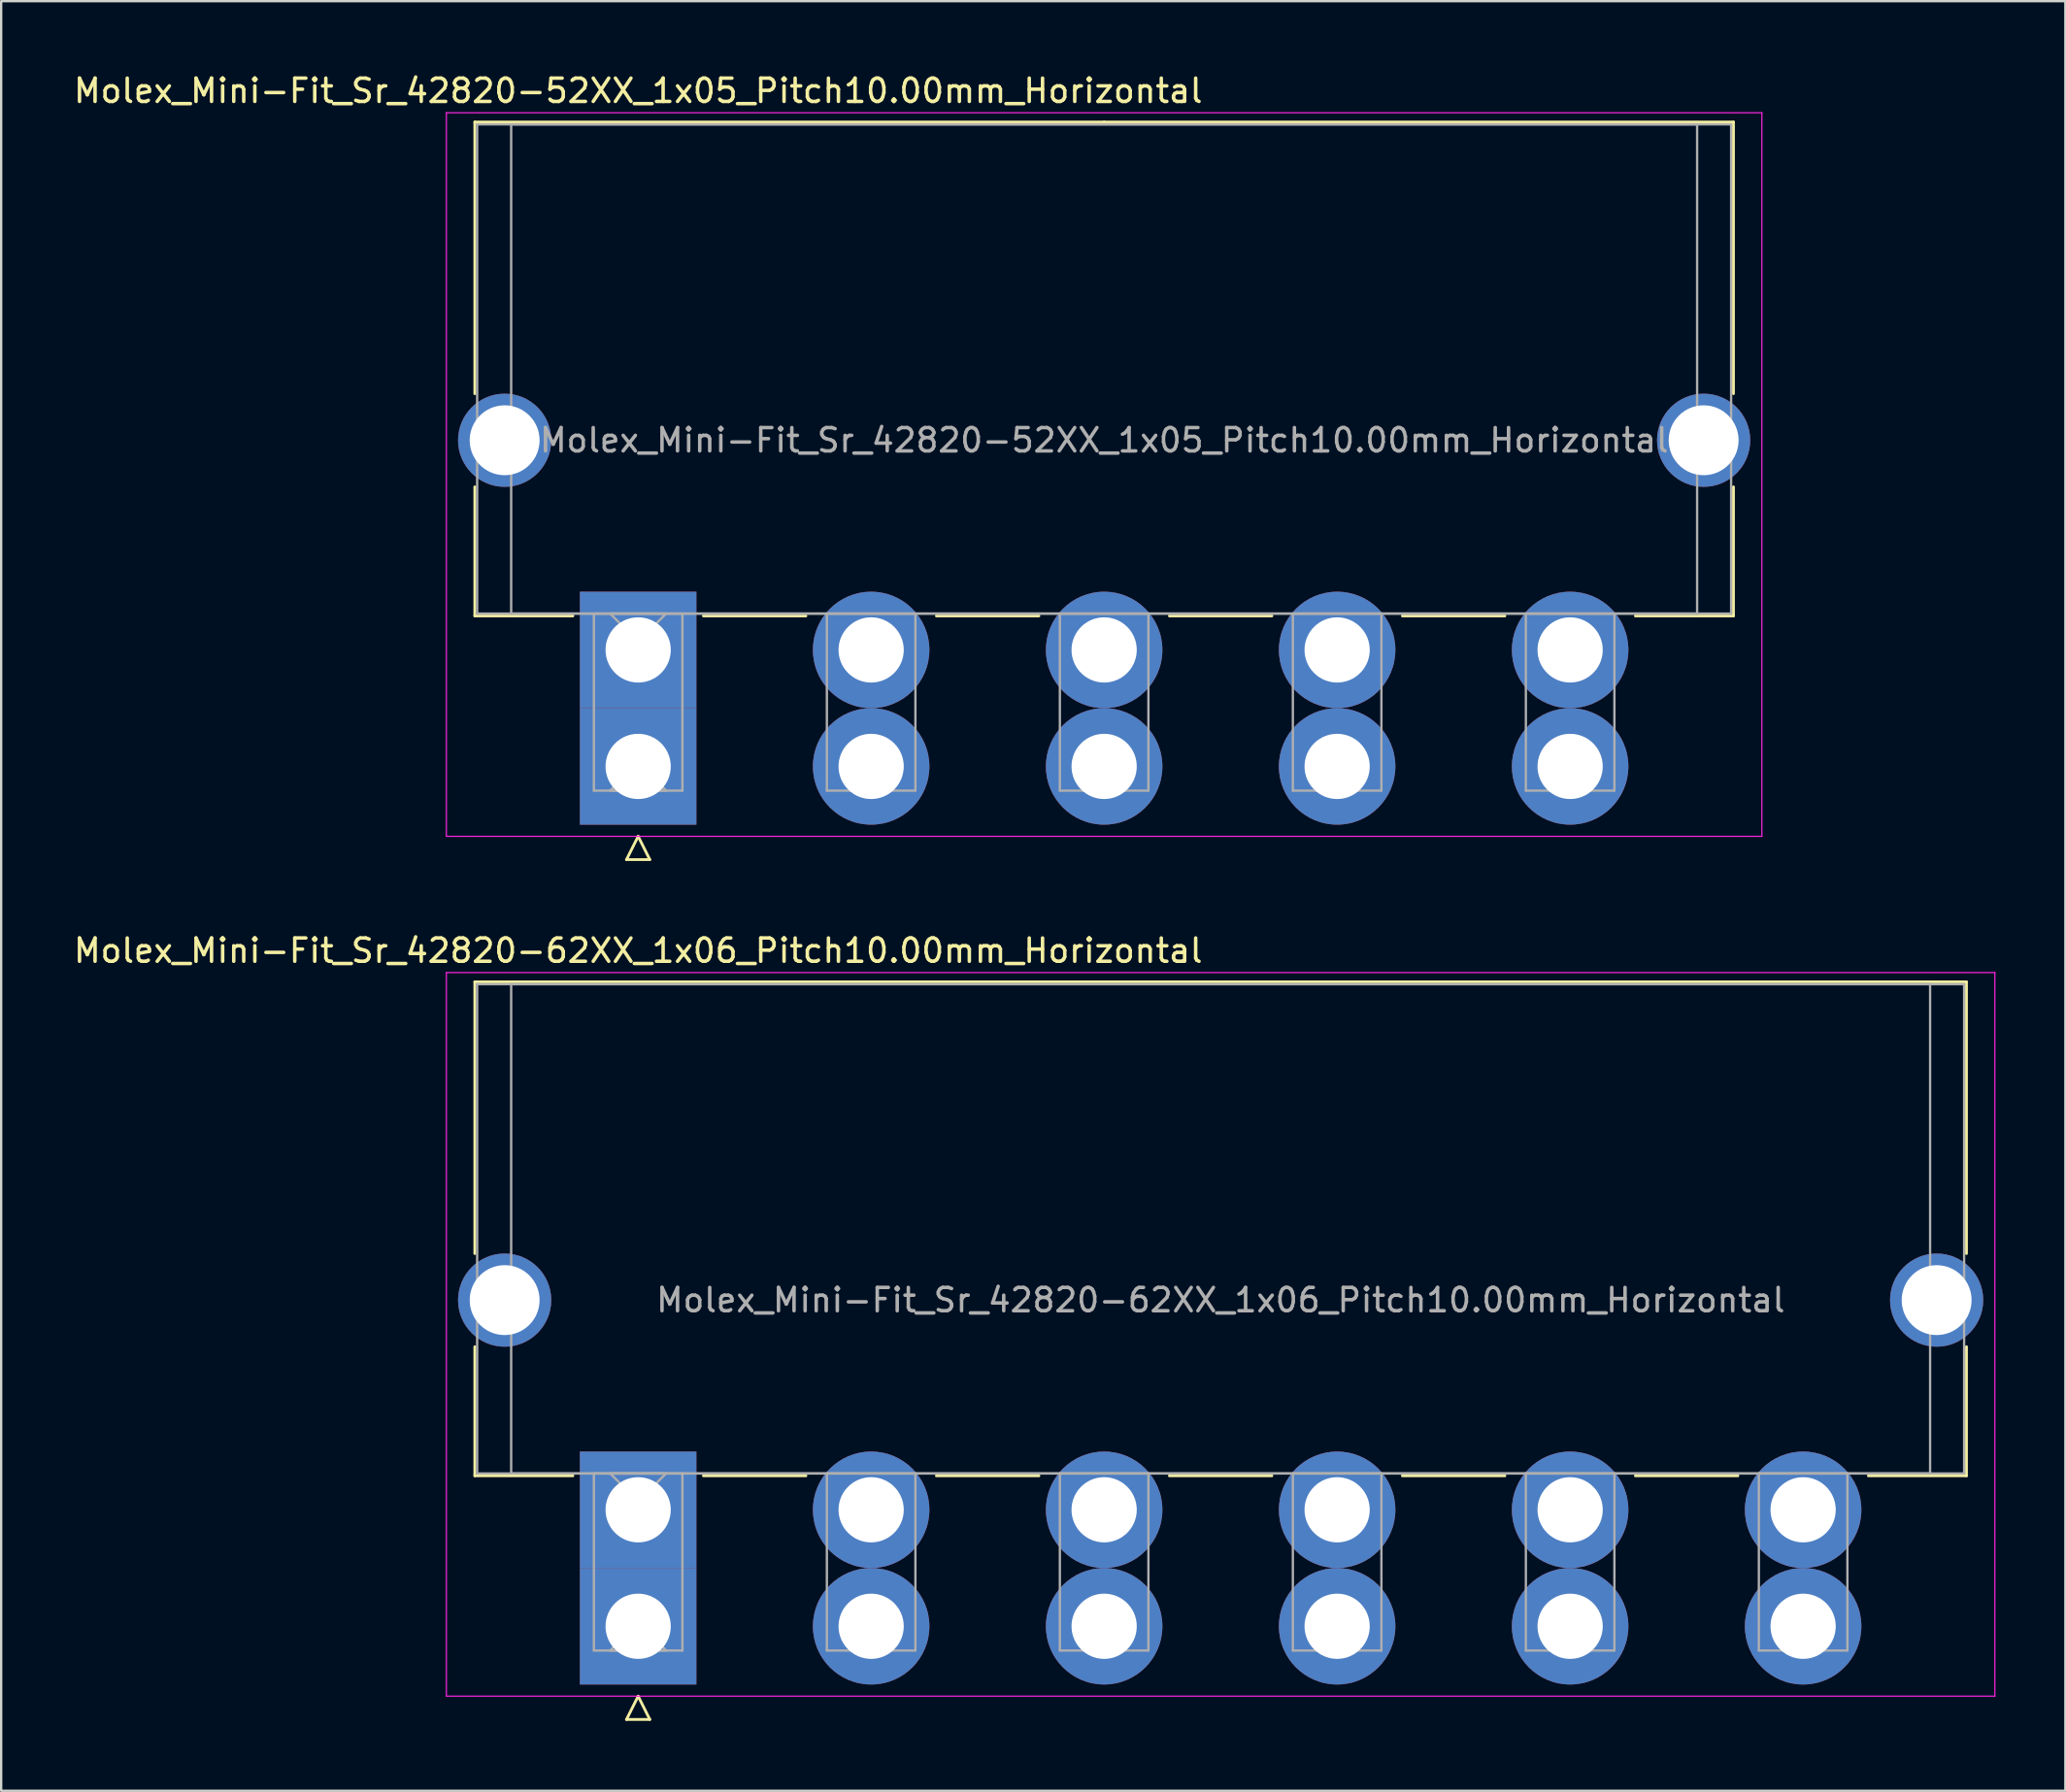
<source format=kicad_pcb>
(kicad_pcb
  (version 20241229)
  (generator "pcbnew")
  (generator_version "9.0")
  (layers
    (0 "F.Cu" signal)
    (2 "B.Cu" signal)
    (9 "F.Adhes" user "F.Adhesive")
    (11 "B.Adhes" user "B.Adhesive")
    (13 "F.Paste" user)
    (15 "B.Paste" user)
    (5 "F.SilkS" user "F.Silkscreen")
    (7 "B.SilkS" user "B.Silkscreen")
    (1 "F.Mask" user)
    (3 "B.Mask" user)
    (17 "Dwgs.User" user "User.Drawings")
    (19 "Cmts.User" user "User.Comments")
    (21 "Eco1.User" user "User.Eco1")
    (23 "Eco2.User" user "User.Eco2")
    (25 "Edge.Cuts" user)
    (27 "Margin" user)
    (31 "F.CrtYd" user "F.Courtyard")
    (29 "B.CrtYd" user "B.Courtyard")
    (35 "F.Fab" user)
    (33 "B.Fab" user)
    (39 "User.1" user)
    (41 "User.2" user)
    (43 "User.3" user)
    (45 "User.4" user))
  (footprint "Molex_Mini-Fit_Sr_42820-52XX_1x05_Pitch10.00mm_Horizontal"
    (layer "F.Cu")
    (at 24.339 24.848)
    (property "Reference" "Molex_Mini-Fit_Sr_42820-52XX_1x05_Pitch10.00mm_Horizontal" (at 0 -24 0) (layer "F.SilkS") (effects (font (size 1 1) (thickness 0.15))))
    (attr through_hole)
    (fp_line (start -7.01 -22.66) (end -7.01 -11) (stroke (width 0.12) (type solid)) (layer "F.SilkS"))
    (fp_line (start -7.01 -7) (end -7.01 -1.46) (stroke (width 0.12) (type solid)) (layer "F.SilkS"))
    (fp_line (start -7.01 -1.46) (end -2.8 -1.46) (stroke (width 0.12) (type solid)) (layer "F.SilkS"))
    (fp_line (start -0.5 9) (end 0 8) (stroke (width 0.12) (type solid)) (layer "F.SilkS"))
    (fp_line (start 0 8) (end 0.5 9) (stroke (width 0.12) (type solid)) (layer "F.SilkS"))
    (fp_line (start 0.5 9) (end -0.5 9) (stroke (width 0.12) (type solid)) (layer "F.SilkS"))
    (fp_line (start 2.8 -1.46) (end 7.2 -1.46) (stroke (width 0.12) (type solid)) (layer "F.SilkS"))
    (fp_line (start 12.8 -1.46) (end 17.2 -1.46) (stroke (width 0.12) (type solid)) (layer "F.SilkS"))
    (fp_line (start 20 -22.66) (end -7.01 -22.66) (stroke (width 0.12) (type solid)) (layer "F.SilkS"))
    (fp_line (start 20 -22.66) (end 47.01 -22.66) (stroke (width 0.12) (type solid)) (layer "F.SilkS"))
    (fp_line (start 22.8 -1.46) (end 27.2 -1.46) (stroke (width 0.12) (type solid)) (layer "F.SilkS"))
    (fp_line (start 32.8 -1.46) (end 37.2 -1.46) (stroke (width 0.12) (type solid)) (layer "F.SilkS"))
    (fp_line (start 47.01 -22.66) (end 47.01 -11) (stroke (width 0.12) (type solid)) (layer "F.SilkS"))
    (fp_line (start 47.01 -7) (end 47.01 -1.46) (stroke (width 0.12) (type solid)) (layer "F.SilkS"))
    (fp_line (start 47.01 -1.46) (end 42.8 -1.46) (stroke (width 0.12) (type solid)) (layer "F.SilkS"))
    (fp_line (start -8.23 -23.06) (end -8.23 8) (stroke (width 0.05) (type solid)) (layer "F.CrtYd"))
    (fp_line (start -8.23 8) (end 48.23 8) (stroke (width 0.05) (type solid)) (layer "F.CrtYd"))
    (fp_line (start 48.23 -23.06) (end -8.23 -23.06) (stroke (width 0.05) (type solid)) (layer "F.CrtYd"))
    (fp_line (start 48.23 8) (end 48.23 -23.06) (stroke (width 0.05) (type solid)) (layer "F.CrtYd"))
    (fp_line (start -6.91 -22.56) (end -6.91 -1.56) (stroke (width 0.1) (type solid)) (layer "F.Fab"))
    (fp_line (start -6.91 -1.56) (end 46.91 -1.56) (stroke (width 0.1) (type solid)) (layer "F.Fab"))
    (fp_line (start -5.45 -22.56) (end -5.45 -1.56) (stroke (width 0.1) (type solid)) (layer "F.Fab"))
    (fp_line (start -5.45 -1.56) (end 45.45 -1.56) (stroke (width 0.1) (type solid)) (layer "F.Fab"))
    (fp_line (start -1.9 -1.56) (end -1.9 6.04) (stroke (width 0.1) (type solid)) (layer "F.Fab"))
    (fp_line (start -1.9 6.04) (end 1.9 6.04) (stroke (width 0.1) (type solid)) (layer "F.Fab"))
    (fp_line (start -1.2 -1.56) (end 0 -0.36) (stroke (width 0.1) (type solid)) (layer "F.Fab"))
    (fp_line (start -1.2 6.04) (end 0 4.84) (stroke (width 0.1) (type solid)) (layer "F.Fab"))
    (fp_line (start 0 -0.36) (end 1.2 -1.56) (stroke (width 0.1) (type solid)) (layer "F.Fab"))
    (fp_line (start 0 4.84) (end 1.2 6.04) (stroke (width 0.1) (type solid)) (layer "F.Fab"))
    (fp_line (start 1.2 -1.56) (end -1.2 -1.56) (stroke (width 0.1) (type solid)) (layer "F.Fab"))
    (fp_line (start 1.2 6.04) (end -1.2 6.04) (stroke (width 0.1) (type solid)) (layer "F.Fab"))
    (fp_line (start 1.9 -1.56) (end -1.9 -1.56) (stroke (width 0.1) (type solid)) (layer "F.Fab"))
    (fp_line (start 1.9 6.04) (end 1.9 -1.56) (stroke (width 0.1) (type solid)) (layer "F.Fab"))
    (fp_line (start 8.1 -1.56) (end 8.1 6.04) (stroke (width 0.1) (type solid)) (layer "F.Fab"))
    (fp_line (start 8.1 6.04) (end 11.9 6.04) (stroke (width 0.1) (type solid)) (layer "F.Fab"))
    (fp_line (start 11.9 -1.56) (end 8.1 -1.56) (stroke (width 0.1) (type solid)) (layer "F.Fab"))
    (fp_line (start 11.9 6.04) (end 11.9 -1.56) (stroke (width 0.1) (type solid)) (layer "F.Fab"))
    (fp_line (start 18.1 -1.56) (end 18.1 6.04) (stroke (width 0.1) (type solid)) (layer "F.Fab"))
    (fp_line (start 18.1 6.04) (end 21.9 6.04) (stroke (width 0.1) (type solid)) (layer "F.Fab"))
    (fp_line (start 21.9 -1.56) (end 18.1 -1.56) (stroke (width 0.1) (type solid)) (layer "F.Fab"))
    (fp_line (start 21.9 6.04) (end 21.9 -1.56) (stroke (width 0.1) (type solid)) (layer "F.Fab"))
    (fp_line (start 28.1 -1.56) (end 28.1 6.04) (stroke (width 0.1) (type solid)) (layer "F.Fab"))
    (fp_line (start 28.1 6.04) (end 31.9 6.04) (stroke (width 0.1) (type solid)) (layer "F.Fab"))
    (fp_line (start 31.9 -1.56) (end 28.1 -1.56) (stroke (width 0.1) (type solid)) (layer "F.Fab"))
    (fp_line (start 31.9 6.04) (end 31.9 -1.56) (stroke (width 0.1) (type solid)) (layer "F.Fab"))
    (fp_line (start 38.1 -1.56) (end 38.1 6.04) (stroke (width 0.1) (type solid)) (layer "F.Fab"))
    (fp_line (start 38.1 6.04) (end 41.9 6.04) (stroke (width 0.1) (type solid)) (layer "F.Fab"))
    (fp_line (start 41.9 -1.56) (end 38.1 -1.56) (stroke (width 0.1) (type solid)) (layer "F.Fab"))
    (fp_line (start 41.9 6.04) (end 41.9 -1.56) (stroke (width 0.1) (type solid)) (layer "F.Fab"))
    (fp_line (start 45.45 -22.56) (end -5.45 -22.56) (stroke (width 0.1) (type solid)) (layer "F.Fab"))
    (fp_line (start 45.45 -1.56) (end 45.45 -22.56) (stroke (width 0.1) (type solid)) (layer "F.Fab"))
    (fp_line (start 46.91 -22.56) (end -6.91 -22.56) (stroke (width 0.1) (type solid)) (layer "F.Fab"))
    (fp_line (start 46.91 -1.56) (end 46.91 -22.56) (stroke (width 0.1) (type solid)) (layer "F.Fab"))
    (fp_text user "${REFERENCE}" (at 20 -9 0) (layer "F.Fab") (effects (font (size 1 1) (thickness 0.15))))
    (pad "" thru_hole circle (at -5.73 -9) (size 4 4) (drill 3) (layers "*.Cu" "*.Mask"))
    (pad "" thru_hole circle (at 45.73 -9) (size 4 4) (drill 3) (layers "*.Cu" "*.Mask"))
    (pad "1" thru_hole rect (at 0 0) (size 5 5) (drill 2.8) (layers "*.Cu" "*.Mask"))
    (pad "1" thru_hole rect (at 0 5) (size 5 5) (drill 2.8) (layers "*.Cu" "*.Mask"))
    (pad "2" thru_hole circle (at 10 0) (size 5 5) (drill 2.8) (layers "*.Cu" "*.Mask"))
    (pad "2" thru_hole circle (at 10 5) (size 5 5) (drill 2.8) (layers "*.Cu" "*.Mask"))
    (pad "3" thru_hole circle (at 20 0) (size 5 5) (drill 2.8) (layers "*.Cu" "*.Mask"))
    (pad "3" thru_hole circle (at 20 5) (size 5 5) (drill 2.8) (layers "*.Cu" "*.Mask"))
    (pad "4" thru_hole circle (at 30 0) (size 5 5) (drill 2.8) (layers "*.Cu" "*.Mask"))
    (pad "4" thru_hole circle (at 30 5) (size 5 5) (drill 2.8) (layers "*.Cu" "*.Mask"))
    (pad "5" thru_hole circle (at 40 0) (size 5 5) (drill 2.8) (layers "*.Cu" "*.Mask"))
    (pad "5" thru_hole circle (at 40 5) (size 5 5) (drill 2.8) (layers "*.Cu" "*.Mask")))
  (footprint "Molex_Mini-Fit_Sr_42820-62XX_1x06_Pitch10.00mm_Horizontal"
    (layer "F.Cu")
    (at 24.339 61.757)
    (property "Reference" "Molex_Mini-Fit_Sr_42820-62XX_1x06_Pitch10.00mm_Horizontal" (at 0 -24 0) (layer "F.SilkS") (effects (font (size 1 1) (thickness 0.15))))
    (attr through_hole)
    (fp_line (start -7.01 -22.66) (end -7.01 -11) (stroke (width 0.12) (type solid)) (layer "F.SilkS"))
    (fp_line (start -7.01 -7) (end -7.01 -1.46) (stroke (width 0.12) (type solid)) (layer "F.SilkS"))
    (fp_line (start -7.01 -1.46) (end -2.8 -1.46) (stroke (width 0.12) (type solid)) (layer "F.SilkS"))
    (fp_line (start -0.5 9) (end 0 8) (stroke (width 0.12) (type solid)) (layer "F.SilkS"))
    (fp_line (start 0 8) (end 0.5 9) (stroke (width 0.12) (type solid)) (layer "F.SilkS"))
    (fp_line (start 0.5 9) (end -0.5 9) (stroke (width 0.12) (type solid)) (layer "F.SilkS"))
    (fp_line (start 2.8 -1.46) (end 7.2 -1.46) (stroke (width 0.12) (type solid)) (layer "F.SilkS"))
    (fp_line (start 12.8 -1.46) (end 17.2 -1.46) (stroke (width 0.12) (type solid)) (layer "F.SilkS"))
    (fp_line (start 22.8 -1.46) (end 27.2 -1.46) (stroke (width 0.12) (type solid)) (layer "F.SilkS"))
    (fp_line (start 25 -22.66) (end -7.01 -22.66) (stroke (width 0.12) (type solid)) (layer "F.SilkS"))
    (fp_line (start 25 -22.66) (end 57.01 -22.66) (stroke (width 0.12) (type solid)) (layer "F.SilkS"))
    (fp_line (start 32.8 -1.46) (end 37.2 -1.46) (stroke (width 0.12) (type solid)) (layer "F.SilkS"))
    (fp_line (start 42.8 -1.46) (end 47.2 -1.46) (stroke (width 0.12) (type solid)) (layer "F.SilkS"))
    (fp_line (start 57.01 -22.66) (end 57.01 -11) (stroke (width 0.12) (type solid)) (layer "F.SilkS"))
    (fp_line (start 57.01 -7) (end 57.01 -1.46) (stroke (width 0.12) (type solid)) (layer "F.SilkS"))
    (fp_line (start 57.01 -1.46) (end 52.8 -1.46) (stroke (width 0.12) (type solid)) (layer "F.SilkS"))
    (fp_line (start -8.23 -23.06) (end -8.23 8) (stroke (width 0.05) (type solid)) (layer "F.CrtYd"))
    (fp_line (start -8.23 8) (end 58.23 8) (stroke (width 0.05) (type solid)) (layer "F.CrtYd"))
    (fp_line (start 58.23 -23.06) (end -8.23 -23.06) (stroke (width 0.05) (type solid)) (layer "F.CrtYd"))
    (fp_line (start 58.23 8) (end 58.23 -23.06) (stroke (width 0.05) (type solid)) (layer "F.CrtYd"))
    (fp_line (start -6.91 -22.56) (end -6.91 -1.56) (stroke (width 0.1) (type solid)) (layer "F.Fab"))
    (fp_line (start -6.91 -1.56) (end 56.91 -1.56) (stroke (width 0.1) (type solid)) (layer "F.Fab"))
    (fp_line (start -5.45 -22.56) (end -5.45 -1.56) (stroke (width 0.1) (type solid)) (layer "F.Fab"))
    (fp_line (start -5.45 -1.56) (end 55.45 -1.56) (stroke (width 0.1) (type solid)) (layer "F.Fab"))
    (fp_line (start -1.9 -1.56) (end -1.9 6.04) (stroke (width 0.1) (type solid)) (layer "F.Fab"))
    (fp_line (start -1.9 6.04) (end 1.9 6.04) (stroke (width 0.1) (type solid)) (layer "F.Fab"))
    (fp_line (start -1.2 -1.56) (end 0 -0.36) (stroke (width 0.1) (type solid)) (layer "F.Fab"))
    (fp_line (start -1.2 6.04) (end 0 4.84) (stroke (width 0.1) (type solid)) (layer "F.Fab"))
    (fp_line (start 0 -0.36) (end 1.2 -1.56) (stroke (width 0.1) (type solid)) (layer "F.Fab"))
    (fp_line (start 0 4.84) (end 1.2 6.04) (stroke (width 0.1) (type solid)) (layer "F.Fab"))
    (fp_line (start 1.2 -1.56) (end -1.2 -1.56) (stroke (width 0.1) (type solid)) (layer "F.Fab"))
    (fp_line (start 1.2 6.04) (end -1.2 6.04) (stroke (width 0.1) (type solid)) (layer "F.Fab"))
    (fp_line (start 1.9 -1.56) (end -1.9 -1.56) (stroke (width 0.1) (type solid)) (layer "F.Fab"))
    (fp_line (start 1.9 6.04) (end 1.9 -1.56) (stroke (width 0.1) (type solid)) (layer "F.Fab"))
    (fp_line (start 8.1 -1.56) (end 8.1 6.04) (stroke (width 0.1) (type solid)) (layer "F.Fab"))
    (fp_line (start 8.1 6.04) (end 11.9 6.04) (stroke (width 0.1) (type solid)) (layer "F.Fab"))
    (fp_line (start 11.9 -1.56) (end 8.1 -1.56) (stroke (width 0.1) (type solid)) (layer "F.Fab"))
    (fp_line (start 11.9 6.04) (end 11.9 -1.56) (stroke (width 0.1) (type solid)) (layer "F.Fab"))
    (fp_line (start 18.1 -1.56) (end 18.1 6.04) (stroke (width 0.1) (type solid)) (layer "F.Fab"))
    (fp_line (start 18.1 6.04) (end 21.9 6.04) (stroke (width 0.1) (type solid)) (layer "F.Fab"))
    (fp_line (start 21.9 -1.56) (end 18.1 -1.56) (stroke (width 0.1) (type solid)) (layer "F.Fab"))
    (fp_line (start 21.9 6.04) (end 21.9 -1.56) (stroke (width 0.1) (type solid)) (layer "F.Fab"))
    (fp_line (start 28.1 -1.56) (end 28.1 6.04) (stroke (width 0.1) (type solid)) (layer "F.Fab"))
    (fp_line (start 28.1 6.04) (end 31.9 6.04) (stroke (width 0.1) (type solid)) (layer "F.Fab"))
    (fp_line (start 31.9 -1.56) (end 28.1 -1.56) (stroke (width 0.1) (type solid)) (layer "F.Fab"))
    (fp_line (start 31.9 6.04) (end 31.9 -1.56) (stroke (width 0.1) (type solid)) (layer "F.Fab"))
    (fp_line (start 38.1 -1.56) (end 38.1 6.04) (stroke (width 0.1) (type solid)) (layer "F.Fab"))
    (fp_line (start 38.1 6.04) (end 41.9 6.04) (stroke (width 0.1) (type solid)) (layer "F.Fab"))
    (fp_line (start 41.9 -1.56) (end 38.1 -1.56) (stroke (width 0.1) (type solid)) (layer "F.Fab"))
    (fp_line (start 41.9 6.04) (end 41.9 -1.56) (stroke (width 0.1) (type solid)) (layer "F.Fab"))
    (fp_line (start 48.1 -1.56) (end 48.1 6.04) (stroke (width 0.1) (type solid)) (layer "F.Fab"))
    (fp_line (start 48.1 6.04) (end 51.9 6.04) (stroke (width 0.1) (type solid)) (layer "F.Fab"))
    (fp_line (start 51.9 -1.56) (end 48.1 -1.56) (stroke (width 0.1) (type solid)) (layer "F.Fab"))
    (fp_line (start 51.9 6.04) (end 51.9 -1.56) (stroke (width 0.1) (type solid)) (layer "F.Fab"))
    (fp_line (start 55.45 -22.56) (end -5.45 -22.56) (stroke (width 0.1) (type solid)) (layer "F.Fab"))
    (fp_line (start 55.45 -1.56) (end 55.45 -22.56) (stroke (width 0.1) (type solid)) (layer "F.Fab"))
    (fp_line (start 56.91 -22.56) (end -6.91 -22.56) (stroke (width 0.1) (type solid)) (layer "F.Fab"))
    (fp_line (start 56.91 -1.56) (end 56.91 -22.56) (stroke (width 0.1) (type solid)) (layer "F.Fab"))
    (fp_text user "${REFERENCE}" (at 25 -9 0) (layer "F.Fab") (effects (font (size 1 1) (thickness 0.15))))
    (pad "" thru_hole circle (at -5.73 -9) (size 4 4) (drill 3) (layers "*.Cu" "*.Mask"))
    (pad "" thru_hole circle (at 55.73 -9) (size 4 4) (drill 3) (layers "*.Cu" "*.Mask"))
    (pad "1" thru_hole rect (at 0 0) (size 5 5) (drill 2.8) (layers "*.Cu" "*.Mask"))
    (pad "1" thru_hole rect (at 0 5) (size 5 5) (drill 2.8) (layers "*.Cu" "*.Mask"))
    (pad "2" thru_hole circle (at 10 0) (size 5 5) (drill 2.8) (layers "*.Cu" "*.Mask"))
    (pad "2" thru_hole circle (at 10 5) (size 5 5) (drill 2.8) (layers "*.Cu" "*.Mask"))
    (pad "3" thru_hole circle (at 20 0) (size 5 5) (drill 2.8) (layers "*.Cu" "*.Mask"))
    (pad "3" thru_hole circle (at 20 5) (size 5 5) (drill 2.8) (layers "*.Cu" "*.Mask"))
    (pad "4" thru_hole circle (at 30 0) (size 5 5) (drill 2.8) (layers "*.Cu" "*.Mask"))
    (pad "4" thru_hole circle (at 30 5) (size 5 5) (drill 2.8) (layers "*.Cu" "*.Mask"))
    (pad "5" thru_hole circle (at 40 0) (size 5 5) (drill 2.8) (layers "*.Cu" "*.Mask"))
    (pad "5" thru_hole circle (at 40 5) (size 5 5) (drill 2.8) (layers "*.Cu" "*.Mask"))
    (pad "6" thru_hole circle (at 50 0) (size 5 5) (drill 2.8) (layers "*.Cu" "*.Mask"))
    (pad "6" thru_hole circle (at 50 5) (size 5 5) (drill 2.8) (layers "*.Cu" "*.Mask")))
  (gr_rect
    (start -3 -3)
    (end 85.594 73.817)
    (stroke (width 0.1) (type default))
    (fill no)
    (layer "Edge.Cuts")))
</source>
